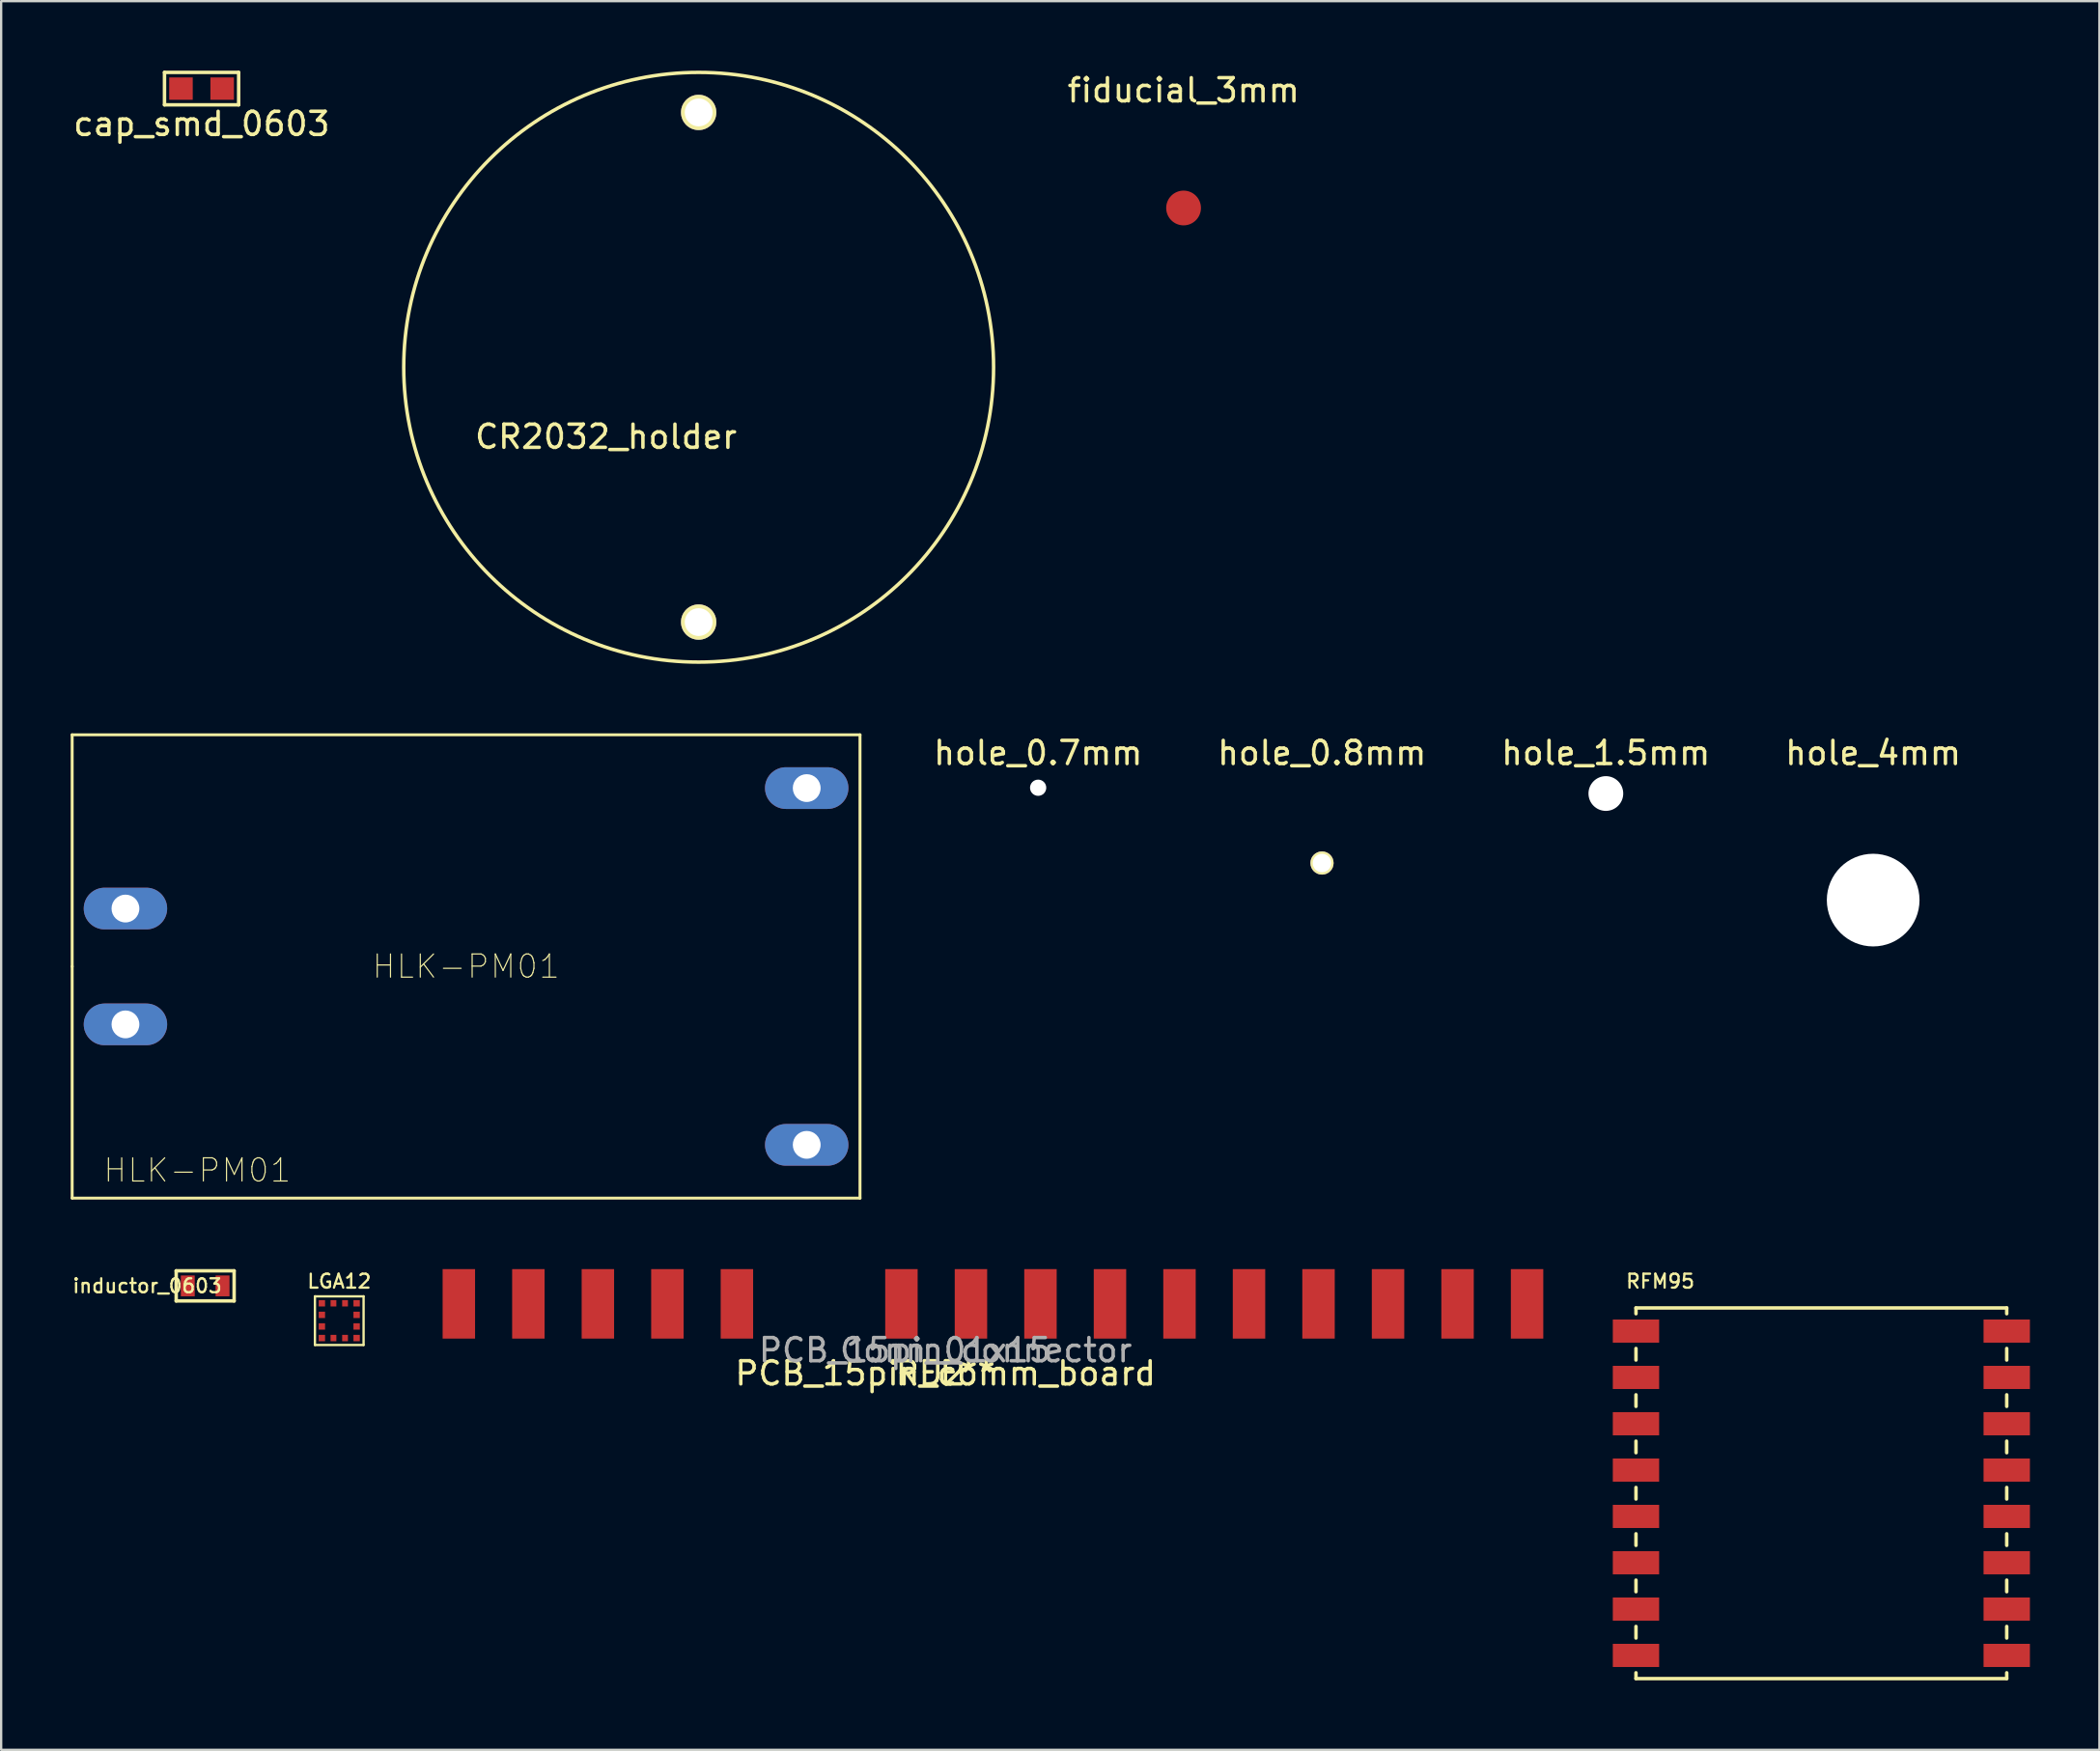
<source format=kicad_pcb>
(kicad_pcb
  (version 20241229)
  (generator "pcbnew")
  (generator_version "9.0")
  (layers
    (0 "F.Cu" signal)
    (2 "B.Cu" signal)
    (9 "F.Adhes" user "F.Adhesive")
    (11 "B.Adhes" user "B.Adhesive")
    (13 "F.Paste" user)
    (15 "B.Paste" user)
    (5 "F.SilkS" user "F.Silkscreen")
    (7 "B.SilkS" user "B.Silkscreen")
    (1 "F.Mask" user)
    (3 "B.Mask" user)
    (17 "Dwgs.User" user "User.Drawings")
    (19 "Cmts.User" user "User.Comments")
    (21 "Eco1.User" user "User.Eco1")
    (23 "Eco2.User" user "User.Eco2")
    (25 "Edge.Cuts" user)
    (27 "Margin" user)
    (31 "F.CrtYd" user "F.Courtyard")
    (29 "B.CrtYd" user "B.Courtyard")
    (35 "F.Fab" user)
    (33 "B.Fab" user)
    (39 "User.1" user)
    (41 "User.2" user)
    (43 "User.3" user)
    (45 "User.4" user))
  (footprint "cap_smd_0603"
    (layer "F.Cu")
    (at 5.649 0.775)
    (property "Reference" "cap_smd_0603" (at 0 1.524 0) (layer "F.SilkS") (effects (font (size 1 1) (thickness 0.15))))
    (attr through_hole)
    (fp_line (start -1.6 -0.7) (end 1.6 -0.7) (stroke (width 0.15) (type solid)) (layer "F.SilkS"))
    (fp_line (start -1.6 0.7) (end -1.6 -0.7) (stroke (width 0.15) (type solid)) (layer "F.SilkS"))
    (fp_line (start 1.6 0.7) (end -1.6 0.7) (stroke (width 0.15) (type solid)) (layer "F.SilkS"))
    (fp_line (start 1.6 0.7) (end 1.6 -0.7) (stroke (width 0.15) (type solid)) (layer "F.SilkS"))
    (pad "1" smd rect (at -0.889 0) (size 1.016 0.965) (layers "F.Cu" "F.Mask" "F.Paste"))
    (pad "2" smd rect (at 0.889 0) (size 1.016 0.965) (layers "F.Cu" "F.Mask" "F.Paste")))
  (footprint "RFM95"
    (layer "F.Cu")
    (at 75.552 61.409)
    (property "Reference" "RFM95" (at -6.95 -9.15 0) (layer "F.SilkS") (effects (font (size 0.6 0.6) (thickness 0.1))))
    (attr through_hole)
    (fp_line (start -8 -8) (end 8 -8) (stroke (width 0.15) (type solid)) (layer "F.SilkS"))
    (fp_line (start -8 -7.75) (end -8 -8) (stroke (width 0.15) (type solid)) (layer "F.SilkS"))
    (fp_line (start -8 -5.75) (end -8 -6.25) (stroke (width 0.15) (type solid)) (layer "F.SilkS"))
    (fp_line (start -8 -3.75) (end -8 -4.25) (stroke (width 0.15) (type solid)) (layer "F.SilkS"))
    (fp_line (start -8 -1.75) (end -8 -2.25) (stroke (width 0.15) (type solid)) (layer "F.SilkS"))
    (fp_line (start -8 0.25) (end -8 -0.25) (stroke (width 0.15) (type solid)) (layer "F.SilkS"))
    (fp_line (start -8 2.25) (end -8 1.75) (stroke (width 0.15) (type solid)) (layer "F.SilkS"))
    (fp_line (start -8 4.25) (end -8 3.75) (stroke (width 0.15) (type solid)) (layer "F.SilkS"))
    (fp_line (start -8 6.25) (end -8 5.75) (stroke (width 0.15) (type solid)) (layer "F.SilkS"))
    (fp_line (start -8 8) (end -8 7.75) (stroke (width 0.15) (type solid)) (layer "F.SilkS"))
    (fp_line (start 8 -7.75) (end 8 -8) (stroke (width 0.15) (type solid)) (layer "F.SilkS"))
    (fp_line (start 8 -6.25) (end 8 -5.75) (stroke (width 0.15) (type solid)) (layer "F.SilkS"))
    (fp_line (start 8 -4.25) (end 8 -3.75) (stroke (width 0.15) (type solid)) (layer "F.SilkS"))
    (fp_line (start 8 -2.25) (end 8 -1.75) (stroke (width 0.15) (type solid)) (layer "F.SilkS"))
    (fp_line (start 8 -0.25) (end 8 0.25) (stroke (width 0.15) (type solid)) (layer "F.SilkS"))
    (fp_line (start 8 1.75) (end 8 2.25) (stroke (width 0.15) (type solid)) (layer "F.SilkS"))
    (fp_line (start 8 3.75) (end 8 4.25) (stroke (width 0.15) (type solid)) (layer "F.SilkS"))
    (fp_line (start 8 5.75) (end 8 6.25) (stroke (width 0.15) (type solid)) (layer "F.SilkS"))
    (fp_line (start 8 8) (end -8 8) (stroke (width 0.15) (type solid)) (layer "F.SilkS"))
    (fp_line (start 8 8) (end 8 7.75) (stroke (width 0.15) (type solid)) (layer "F.SilkS"))
    (pad "1" smd rect (at -8 -7) (size 2 1) (layers "F.Cu" "F.Mask" "F.Paste"))
    (pad "2" smd rect (at -8 -5) (size 2 1) (layers "F.Cu" "F.Mask" "F.Paste"))
    (pad "3" smd rect (at -8 -3) (size 2 1) (layers "F.Cu" "F.Mask" "F.Paste"))
    (pad "4" smd rect (at -8 -1) (size 2 1) (layers "F.Cu" "F.Mask" "F.Paste"))
    (pad "5" smd rect (at -8 1) (size 2 1) (layers "F.Cu" "F.Mask" "F.Paste"))
    (pad "6" smd rect (at -8 3) (size 2 1) (layers "F.Cu" "F.Mask" "F.Paste"))
    (pad "7" smd rect (at -8 5) (size 2 1) (layers "F.Cu" "F.Mask" "F.Paste"))
    (pad "8" smd rect (at -8 7) (size 2 1) (layers "F.Cu" "F.Mask" "F.Paste"))
    (pad "9" smd rect (at 8 7) (size 2 1) (layers "F.Cu" "F.Mask" "F.Paste"))
    (pad "10" smd rect (at 8 5) (size 2 1) (layers "F.Cu" "F.Mask" "F.Paste"))
    (pad "11" smd rect (at 8 3) (size 2 1) (layers "F.Cu" "F.Mask" "F.Paste"))
    (pad "12" smd rect (at 8 1) (size 2 1) (layers "F.Cu" "F.Mask" "F.Paste"))
    (pad "13" smd rect (at 8 -1) (size 2 1) (layers "F.Cu" "F.Mask" "F.Paste"))
    (pad "14" smd rect (at 8 -3) (size 2 1) (layers "F.Cu" "F.Mask" "F.Paste"))
    (pad "15" smd rect (at 8 -5) (size 2 1) (layers "F.Cu" "F.Mask" "F.Paste"))
    (pad "16" smd rect (at 8 -7) (size 2 1) (layers "F.Cu" "F.Mask" "F.Paste")))
  (footprint "hole_0.7mm"
    (layer "F.Cu")
    (at 41.752 30.954)
    (property "Reference" "hole_0.7mm" (at 0 -1.5 0) (layer "F.SilkS") (effects (font (size 1 1) (thickness 0.15))))
    (attr through_hole)
    (pad "" np_thru_hole circle (at 0 0 90) (size 0.7 0.7) (drill 0.7) (layers "*.Cu" "*.Mask")))
  (footprint "hole_0.8mm"
    (layer "F.Cu")
    (at 54.002 34.204)
    (property "Reference" "hole_0.8mm" (at 0 -4.75 0) (layer "F.SilkS") (effects (font (size 1 1) (thickness 0.15))))
    (attr through_hole)
    (pad "1" thru_hole circle (at 0 0) (size 1 1) (drill 0.8) (layers "*.Cu" "*.Mask" "F.SilkS")))
  (footprint "inductor_0603"
    (layer "F.Cu")
    (at 5.804 52.458)
    (property "Reference" "inductor_0603" (at -2.5 0 0) (layer "F.SilkS") (effects (font (size 0.6 0.6) (thickness 0.1))))
    (attr through_hole)
    (fp_line (start -1.25 -0.65) (end 1.25 -0.65) (stroke (width 0.15) (type solid)) (layer "F.SilkS"))
    (fp_line (start -1.25 0.65) (end -1.25 -0.65) (stroke (width 0.15) (type solid)) (layer "F.SilkS"))
    (fp_line (start 1.25 -0.65) (end 1.25 0.65) (stroke (width 0.15) (type solid)) (layer "F.SilkS"))
    (fp_line (start 1.25 0.65) (end -1.25 0.65) (stroke (width 0.15) (type solid)) (layer "F.SilkS"))
    (pad "1" smd rect (at -0.75 0) (size 0.6 0.9) (layers "F.Cu" "F.Mask" "F.Paste"))
    (pad "2" smd rect (at 0.75 0) (size 0.6 0.9) (layers "F.Cu" "F.Mask" "F.Paste")))
  (footprint "LGA12"
    (layer "F.Cu")
    (at 11.591 53.959)
    (property "Reference" "LGA12" (at 0 -1.7 0) (layer "F.SilkS") (effects (font (size 0.6 0.6) (thickness 0.1))))
    (attr through_hole)
    (fp_line (start -1.05 -1.05) (end -1.05 1.05) (stroke (width 0.1) (type solid)) (layer "F.SilkS"))
    (fp_line (start -1.05 -1.05) (end 1.05 -1.05) (stroke (width 0.1) (type solid)) (layer "F.SilkS"))
    (fp_line (start -1.05 1.05) (end 1.05 1.05) (stroke (width 0.1) (type solid)) (layer "F.SilkS"))
    (fp_line (start 1.05 -1.05) (end 1.05 1.05) (stroke (width 0.1) (type solid)) (layer "F.SilkS"))
    (pad "1" smd rect (at -0.75 -0.75) (size 0.275 0.275) (layers "F.Cu" "F.Mask" "F.Paste"))
    (pad "2" smd rect (at -0.75 -0.25) (size 0.275 0.275) (layers "F.Cu" "F.Mask" "F.Paste"))
    (pad "3" smd rect (at -0.75 0.25) (size 0.275 0.275) (layers "F.Cu" "F.Mask" "F.Paste"))
    (pad "4" smd rect (at -0.75 0.75) (size 0.275 0.275) (layers "F.Cu" "F.Mask" "F.Paste"))
    (pad "5" smd rect (at -0.25 0.75) (size 0.25 0.275) (layers "F.Cu" "F.Mask" "F.Paste"))
    (pad "6" smd rect (at 0.25 0.75) (size 0.25 0.275) (layers "F.Cu" "F.Mask" "F.Paste"))
    (pad "7" smd rect (at 0.75 0.75) (size 0.275 0.275) (layers "F.Cu" "F.Mask" "F.Paste"))
    (pad "8" smd rect (at 0.75 0.25) (size 0.275 0.275) (layers "F.Cu" "F.Mask" "F.Paste"))
    (pad "9" smd rect (at 0.75 -0.25) (size 0.275 0.275) (layers "F.Cu" "F.Mask" "F.Paste"))
    (pad "10" smd rect (at 0.75 -0.75) (size 0.275 0.275) (layers "F.Cu" "F.Mask" "F.Paste"))
    (pad "11" smd rect (at 0.25 -0.75) (size 0.25 0.275) (layers "F.Cu" "F.Mask" "F.Paste"))
    (pad "12" smd rect (at -0.25 -0.75) (size 0.25 0.275) (layers "F.Cu" "F.Mask" "F.Paste")))
  (footprint "HLK-PM01"
    (layer "F.Cu")
    (at 17.064 38.669)
    (property "Reference" "HLK-PM01" (at 0 0 0) (layer "F.SilkS") (effects (font (size 1 1) (thickness 0.05))))
    (attr through_hole)
    (fp_line (start -17 -10) (end 17 -10) (stroke (width 0.127) (type solid)) (layer "F.SilkS"))
    (fp_line (start -17 0) (end -17 -10) (stroke (width 0.127) (type solid)) (layer "F.SilkS"))
    (fp_line (start -17 10) (end -17 0) (stroke (width 0.127) (type solid)) (layer "F.SilkS"))
    (fp_line (start 17 -10) (end 17 10) (stroke (width 0.127) (type solid)) (layer "F.SilkS"))
    (fp_line (start 17 10) (end -17 10) (stroke (width 0.127) (type solid)) (layer "F.SilkS"))
    (fp_text user "HLK-PM01" (at -11.6 8.8 0) (layer "F.SilkS") (effects (font (size 1 1) (thickness 0.05))))
    (pad "1" thru_hole oval (at -14.7 -2.5) (size 3.6 1.8) (drill 1.2) (layers "*.Cu" "*.Mask"))
    (pad "2" thru_hole oval (at -14.7 2.5) (size 3.6 1.8) (drill 1.2) (layers "*.Cu" "*.Mask"))
    (pad "3" thru_hole oval (at 14.7 -7.7) (size 3.6 1.8) (drill 1.2) (layers "*.Cu" "*.Mask"))
    (pad "4" thru_hole oval (at 14.7 7.7) (size 3.6 1.8) (drill 1.2) (layers "*.Cu" "*.Mask")))
  (footprint "PCB_15pin_comm_board"
    (layer "F.Cu")
    (at 37.752 53.233)
    (property "Reference" "PCB_15pin_comm_board" (at 0 3 0) (layer "F.SilkS") (effects (font (size 1 1) (thickness 0.15))))
    (attr through_hole)
    (fp_text user "J2" (at 0 3 0) (layer "F.SilkS") (effects (font (size 1 1) (thickness 0.15))))
    (fp_text user "REF**" (at 0 3 0) (layer "F.SilkS") (effects (font (size 1 1) (thickness 0.15))))
    (fp_text user "PCB_15pin_connector" (at 0 2 0) (layer "F.Fab") (effects (font (size 1 1) (thickness 0.15))))
    (fp_text user "Conn_01x15" (at 0 2 0) (layer "F.Fab") (effects (font (size 1 1) (thickness 0.15))))
    (pad "1" smd rect (at -21 0) (size 1.4 3) (layers "F.Cu" "F.Mask" "F.Paste"))
    (pad "2" smd rect (at -18 0) (size 1.4 3) (layers "F.Cu" "F.Mask" "F.Paste"))
    (pad "3" smd rect (at -15 0) (size 1.4 3) (layers "F.Cu" "F.Mask" "F.Paste"))
    (pad "4" smd rect (at -12 0) (size 1.4 3) (layers "F.Cu" "F.Mask" "F.Paste"))
    (pad "5" smd rect (at -9 0) (size 1.4 3) (layers "F.Cu" "F.Mask" "F.Paste"))
    (pad "6" smd rect (at -1.9 0) (size 1.4 3) (layers "F.Cu" "F.Mask" "F.Paste"))
    (pad "7" smd rect (at 1.1 0) (size 1.4 3) (layers "F.Cu" "F.Mask" "F.Paste"))
    (pad "8" smd rect (at 4.1 0) (size 1.4 3) (layers "F.Cu" "F.Mask" "F.Paste"))
    (pad "9" smd rect (at 7.1 0) (size 1.4 3) (layers "F.Cu" "F.Mask" "F.Paste"))
    (pad "10" smd rect (at 10.1 0) (size 1.4 3) (layers "F.Cu" "F.Mask" "F.Paste"))
    (pad "11" smd rect (at 13.1 0) (size 1.4 3) (layers "F.Cu" "F.Mask" "F.Paste"))
    (pad "12" smd rect (at 16.1 0) (size 1.4 3) (layers "F.Cu" "F.Mask" "F.Paste"))
    (pad "13" smd rect (at 19.1 0) (size 1.4 3) (layers "F.Cu" "F.Mask" "F.Paste"))
    (pad "14" smd rect (at 22.1 0) (size 1.4 3) (layers "F.Cu" "F.Mask" "F.Paste"))
    (pad "15" smd rect (at 25.1 0) (size 1.4 3) (layers "F.Cu" "F.Mask" "F.Paste")))
  (footprint "fiducial_3mm"
    (layer "F.Cu")
    (at 48.028 5.928)
    (property "Reference" "fiducial_3mm" (at 0 -5.08 0) (layer "F.SilkS") (effects (font (size 1 1) (thickness 0.15))))
    (attr through_hole)
    (pad "1" smd circle (at 0 0) (size 1.5 1.5) (layers "F.Cu" "F.Mask" "F.Paste")))
  (footprint "CR2032_holder"
    (layer "F.Cu")
    (at 27.101 12.803)
    (property "Reference" "CR2032_holder" (at -4 3 0) (layer "F.SilkS") (effects (font (size 1 1) (thickness 0.15))))
    (attr through_hole)
    (fp_circle (center 0 0) (end -9 -9) (stroke (width 0.15) (type solid)) (fill no) (layer "F.SilkS"))
    (pad "1" thru_hole circle (at 0 -11) (size 1.524 1.524) (drill 1.2) (layers "*.Cu" "*.Mask" "F.SilkS"))
    (pad "2" thru_hole circle (at 0 11) (size 1.524 1.524) (drill 1.2) (layers "*.Cu" "*.Mask" "F.SilkS")))
  (footprint "hole_1.5mm"
    (layer "F.Cu")
    (at 66.252 31.204)
    (property "Reference" "hole_1.5mm" (at 0 -1.75 0) (layer "F.SilkS") (effects (font (size 1 1) (thickness 0.15))))
    (attr through_hole)
    (pad "" np_thru_hole circle (at 0 0) (size 1.5 1.5) (drill 1.5) (layers "*.Cu" "*.Mask")))
  (footprint "hole_4mm"
    (layer "F.Cu")
    (at 77.788 35.804)
    (property "Reference" "hole_4mm" (at 0 -6.35 0) (layer "F.SilkS") (effects (font (size 1 1) (thickness 0.15))))
    (attr through_hole)
    (pad "" np_thru_hole circle (at 0 0) (size 4 4) (drill 4) (layers "*.Cu" "*.Mask")))
  (gr_rect
    (start -3 -3)
    (end 87.552 72.484)
    (stroke (width 0.1) (type default))
    (fill no)
    (layer "Edge.Cuts")))
</source>
